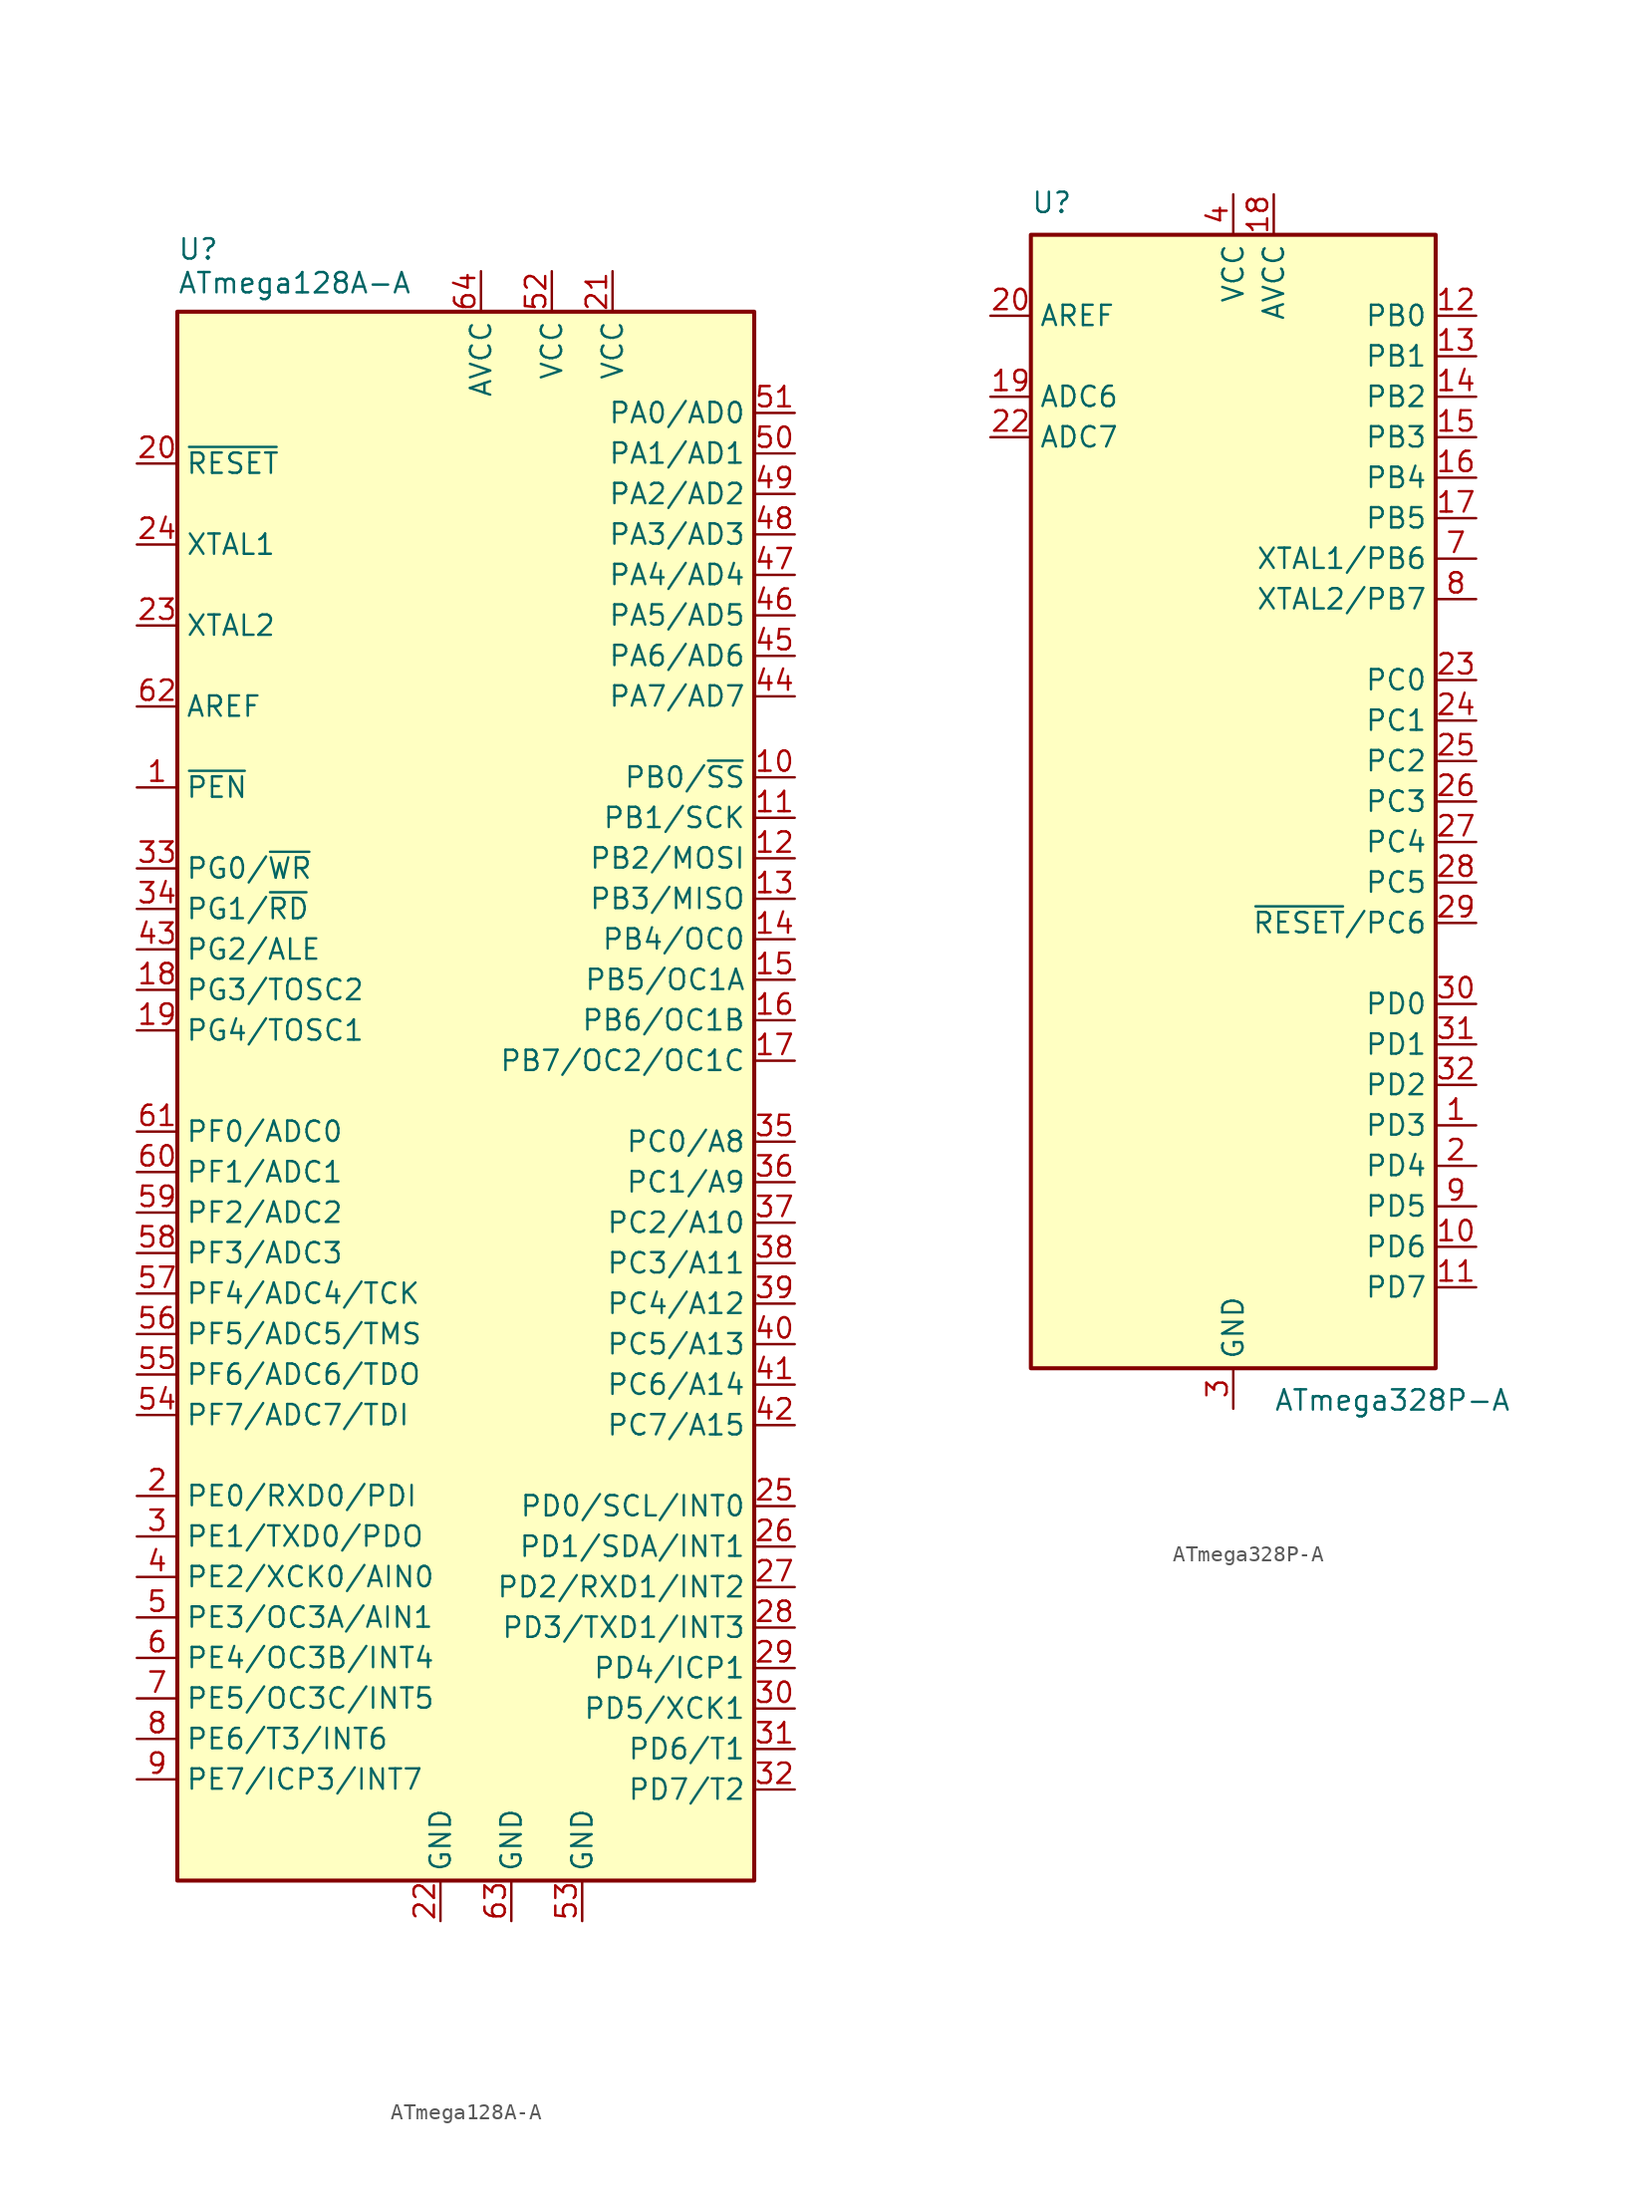
<source format=kicad_sym>
(kicad_symbol_lib
  (version 20220914)
  (generator kicad_symbol_editor)
  (symbol "ATmega128A-A"
    (property "Reference" "U"
      (at -18.415 52.705 0)
      (effects (font (size 1.27 1.27)) (justify left bottom)))
    (property "Value" "ATmega128A-A"
      (at -18.415 52.07 0)
      (effects (font (size 1.27 1.27)) (justify left top)))
    (symbol "ATmega128A-A_0_1"
      (rectangle (start -18.415 49.53) (end 17.78 -48.895) (stroke (width 0.254) (type default)) (fill (type background))))
    (symbol "ATmega128A-A_1_1"
      (pin input line (at -20.955 19.685 0) (length 2.54) (name "~{PEN}" (effects (font (size 1.27 1.27)))) (number "1" (effects (font (size 1.27 1.27)))))
      (pin bidirectional line (at 20.32 20.32 180) (length 2.54) (name "PB0/~{SS}" (effects (font (size 1.27 1.27)))) (number "10" (effects (font (size 1.27 1.27)))))
      (pin bidirectional line (at 20.32 17.78 180) (length 2.54) (name "PB1/SCK" (effects (font (size 1.27 1.27)))) (number "11" (effects (font (size 1.27 1.27)))))
      (pin bidirectional line (at 20.32 15.24 180) (length 2.54) (name "PB2/MOSI" (effects (font (size 1.27 1.27)))) (number "12" (effects (font (size 1.27 1.27)))))
      (pin bidirectional line (at 20.32 12.7 180) (length 2.54) (name "PB3/MISO" (effects (font (size 1.27 1.27)))) (number "13" (effects (font (size 1.27 1.27)))))
      (pin bidirectional line (at 20.32 10.16 180) (length 2.54) (name "PB4/OC0" (effects (font (size 1.27 1.27)))) (number "14" (effects (font (size 1.27 1.27)))))
      (pin bidirectional line (at 20.32 7.62 180) (length 2.54) (name "PB5/OC1A" (effects (font (size 1.27 1.27)))) (number "15" (effects (font (size 1.27 1.27)))))
      (pin bidirectional line (at 20.32 5.08 180) (length 2.54) (name "PB6/OC1B" (effects (font (size 1.27 1.27)))) (number "16" (effects (font (size 1.27 1.27)))))
      (pin bidirectional line (at 20.32 2.54 180) (length 2.54) (name "PB7/OC2/OC1C" (effects (font (size 1.27 1.27)))) (number "17" (effects (font (size 1.27 1.27)))))
      (pin bidirectional line (at -20.955 6.985 0) (length 2.54) (name "PG3/TOSC2" (effects (font (size 1.27 1.27)))) (number "18" (effects (font (size 1.27 1.27)))))
      (pin bidirectional line (at -20.955 4.445 0) (length 2.54) (name "PG4/TOSC1" (effects (font (size 1.27 1.27)))) (number "19" (effects (font (size 1.27 1.27)))))
      (pin bidirectional line (at -20.955 -24.765 0) (length 2.54) (name "PE0/RXD0/PDI" (effects (font (size 1.27 1.27)))) (number "2" (effects (font (size 1.27 1.27)))))
      (pin input line (at -20.955 40.005 0) (length 2.54) (name "~{RESET}" (effects (font (size 1.27 1.27)))) (number "20" (effects (font (size 1.27 1.27)))))
      (pin power_in line (at 8.89 52.07 270) (length 2.54) (name "VCC" (effects (font (size 1.27 1.27)))) (number "21" (effects (font (size 1.27 1.27)))))
      (pin power_in line (at -1.905 -51.435 90) (length 2.54) (name "GND" (effects (font (size 1.27 1.27)))) (number "22" (effects (font (size 1.27 1.27)))))
      (pin output line (at -20.955 29.845 0) (length 2.54) (name "XTAL2" (effects (font (size 1.27 1.27)))) (number "23" (effects (font (size 1.27 1.27)))))
      (pin input line (at -20.955 34.925 0) (length 2.54) (name "XTAL1" (effects (font (size 1.27 1.27)))) (number "24" (effects (font (size 1.27 1.27)))))
      (pin bidirectional line (at 20.32 -25.4 180) (length 2.54) (name "PD0/SCL/INT0" (effects (font (size 1.27 1.27)))) (number "25" (effects (font (size 1.27 1.27)))))
      (pin bidirectional line (at 20.32 -27.94 180) (length 2.54) (name "PD1/SDA/INT1" (effects (font (size 1.27 1.27)))) (number "26" (effects (font (size 1.27 1.27)))))
      (pin bidirectional line (at 20.32 -30.48 180) (length 2.54) (name "PD2/RXD1/INT2" (effects (font (size 1.27 1.27)))) (number "27" (effects (font (size 1.27 1.27)))))
      (pin bidirectional line (at 20.32 -33.02 180) (length 2.54) (name "PD3/TXD1/INT3" (effects (font (size 1.27 1.27)))) (number "28" (effects (font (size 1.27 1.27)))))
      (pin bidirectional line (at 20.32 -35.56 180) (length 2.54) (name "PD4/ICP1" (effects (font (size 1.27 1.27)))) (number "29" (effects (font (size 1.27 1.27)))))
      (pin bidirectional line (at -20.955 -27.305 0) (length 2.54) (name "PE1/TXD0/PDO" (effects (font (size 1.27 1.27)))) (number "3" (effects (font (size 1.27 1.27)))))
      (pin bidirectional line (at 20.32 -38.1 180) (length 2.54) (name "PD5/XCK1" (effects (font (size 1.27 1.27)))) (number "30" (effects (font (size 1.27 1.27)))))
      (pin bidirectional line (at 20.32 -40.64 180) (length 2.54) (name "PD6/T1" (effects (font (size 1.27 1.27)))) (number "31" (effects (font (size 1.27 1.27)))))
      (pin bidirectional line (at 20.32 -43.18 180) (length 2.54) (name "PD7/T2" (effects (font (size 1.27 1.27)))) (number "32" (effects (font (size 1.27 1.27)))))
      (pin bidirectional line (at -20.955 14.605 0) (length 2.54) (name "PG0/~{WR}" (effects (font (size 1.27 1.27)))) (number "33" (effects (font (size 1.27 1.27)))))
      (pin bidirectional line (at -20.955 12.065 0) (length 2.54) (name "PG1/~{RD}" (effects (font (size 1.27 1.27)))) (number "34" (effects (font (size 1.27 1.27)))))
      (pin bidirectional line (at 20.32 -2.54 180) (length 2.54) (name "PC0/A8" (effects (font (size 1.27 1.27)))) (number "35" (effects (font (size 1.27 1.27)))))
      (pin bidirectional line (at 20.32 -5.08 180) (length 2.54) (name "PC1/A9" (effects (font (size 1.27 1.27)))) (number "36" (effects (font (size 1.27 1.27)))))
      (pin bidirectional line (at 20.32 -7.62 180) (length 2.54) (name "PC2/A10" (effects (font (size 1.27 1.27)))) (number "37" (effects (font (size 1.27 1.27)))))
      (pin bidirectional line (at 20.32 -10.16 180) (length 2.54) (name "PC3/A11" (effects (font (size 1.27 1.27)))) (number "38" (effects (font (size 1.27 1.27)))))
      (pin bidirectional line (at 20.32 -12.7 180) (length 2.54) (name "PC4/A12" (effects (font (size 1.27 1.27)))) (number "39" (effects (font (size 1.27 1.27)))))
      (pin bidirectional line (at -20.955 -29.845 0) (length 2.54) (name "PE2/XCK0/AIN0" (effects (font (size 1.27 1.27)))) (number "4" (effects (font (size 1.27 1.27)))))
      (pin bidirectional line (at 20.32 -15.24 180) (length 2.54) (name "PC5/A13" (effects (font (size 1.27 1.27)))) (number "40" (effects (font (size 1.27 1.27)))))
      (pin bidirectional line (at 20.32 -17.78 180) (length 2.54) (name "PC6/A14" (effects (font (size 1.27 1.27)))) (number "41" (effects (font (size 1.27 1.27)))))
      (pin bidirectional line (at 20.32 -20.32 180) (length 2.54) (name "PC7/A15" (effects (font (size 1.27 1.27)))) (number "42" (effects (font (size 1.27 1.27)))))
      (pin bidirectional line (at -20.955 9.525 0) (length 2.54) (name "PG2/ALE" (effects (font (size 1.27 1.27)))) (number "43" (effects (font (size 1.27 1.27)))))
      (pin bidirectional line (at 20.32 25.4 180) (length 2.54) (name "PA7/AD7" (effects (font (size 1.27 1.27)))) (number "44" (effects (font (size 1.27 1.27)))))
      (pin bidirectional line (at 20.32 27.94 180) (length 2.54) (name "PA6/AD6" (effects (font (size 1.27 1.27)))) (number "45" (effects (font (size 1.27 1.27)))))
      (pin bidirectional line (at 20.32 30.48 180) (length 2.54) (name "PA5/AD5" (effects (font (size 1.27 1.27)))) (number "46" (effects (font (size 1.27 1.27)))))
      (pin bidirectional line (at 20.32 33.02 180) (length 2.54) (name "PA4/AD4" (effects (font (size 1.27 1.27)))) (number "47" (effects (font (size 1.27 1.27)))))
      (pin bidirectional line (at 20.32 35.56 180) (length 2.54) (name "PA3/AD3" (effects (font (size 1.27 1.27)))) (number "48" (effects (font (size 1.27 1.27)))))
      (pin bidirectional line (at 20.32 38.1 180) (length 2.54) (name "PA2/AD2" (effects (font (size 1.27 1.27)))) (number "49" (effects (font (size 1.27 1.27)))))
      (pin bidirectional line (at -20.955 -32.385 0) (length 2.54) (name "PE3/OC3A/AIN1" (effects (font (size 1.27 1.27)))) (number "5" (effects (font (size 1.27 1.27)))))
      (pin bidirectional line (at 20.32 40.64 180) (length 2.54) (name "PA1/AD1" (effects (font (size 1.27 1.27)))) (number "50" (effects (font (size 1.27 1.27)))))
      (pin bidirectional line (at 20.32 43.18 180) (length 2.54) (name "PA0/AD0" (effects (font (size 1.27 1.27)))) (number "51" (effects (font (size 1.27 1.27)))))
      (pin power_in line (at 5.08 52.07 270) (length 2.54) (name "VCC" (effects (font (size 1.27 1.27)))) (number "52" (effects (font (size 1.27 1.27)))))
      (pin power_in line (at 6.985 -51.435 90) (length 2.54) (name "GND" (effects (font (size 1.27 1.27)))) (number "53" (effects (font (size 1.27 1.27)))))
      (pin bidirectional line (at -20.955 -19.685 0) (length 2.54) (name "PF7/ADC7/TDI" (effects (font (size 1.27 1.27)))) (number "54" (effects (font (size 1.27 1.27)))))
      (pin bidirectional line (at -20.955 -17.145 0) (length 2.54) (name "PF6/ADC6/TDO" (effects (font (size 1.27 1.27)))) (number "55" (effects (font (size 1.27 1.27)))))
      (pin bidirectional line (at -20.955 -14.605 0) (length 2.54) (name "PF5/ADC5/TMS" (effects (font (size 1.27 1.27)))) (number "56" (effects (font (size 1.27 1.27)))))
      (pin bidirectional line (at -20.955 -12.065 0) (length 2.54) (name "PF4/ADC4/TCK" (effects (font (size 1.27 1.27)))) (number "57" (effects (font (size 1.27 1.27)))))
      (pin bidirectional line (at -20.955 -9.525 0) (length 2.54) (name "PF3/ADC3" (effects (font (size 1.27 1.27)))) (number "58" (effects (font (size 1.27 1.27)))))
      (pin bidirectional line (at -20.955 -6.985 0) (length 2.54) (name "PF2/ADC2" (effects (font (size 1.27 1.27)))) (number "59" (effects (font (size 1.27 1.27)))))
      (pin bidirectional line (at -20.955 -34.925 0) (length 2.54) (name "PE4/OC3B/INT4" (effects (font (size 1.27 1.27)))) (number "6" (effects (font (size 1.27 1.27)))))
      (pin bidirectional line (at -20.955 -4.445 0) (length 2.54) (name "PF1/ADC1" (effects (font (size 1.27 1.27)))) (number "60" (effects (font (size 1.27 1.27)))))
      (pin bidirectional line (at -20.955 -1.905 0) (length 2.54) (name "PF0/ADC0" (effects (font (size 1.27 1.27)))) (number "61" (effects (font (size 1.27 1.27)))))
      (pin passive line (at -20.955 24.765 0) (length 2.54) (name "AREF" (effects (font (size 1.27 1.27)))) (number "62" (effects (font (size 1.27 1.27)))))
      (pin power_in line (at 2.54 -51.435 90) (length 2.54) (name "GND" (effects (font (size 1.27 1.27)))) (number "63" (effects (font (size 1.27 1.27)))))
      (pin power_in line (at 0.635 52.07 270) (length 2.54) (name "AVCC" (effects (font (size 1.27 1.27)))) (number "64" (effects (font (size 1.27 1.27)))))
      (pin bidirectional line (at -20.955 -37.465 0) (length 2.54) (name "PE5/OC3C/INT5" (effects (font (size 1.27 1.27)))) (number "7" (effects (font (size 1.27 1.27)))))
      (pin bidirectional line (at -20.955 -40.005 0) (length 2.54) (name "PE6/T3/INT6" (effects (font (size 1.27 1.27)))) (number "8" (effects (font (size 1.27 1.27)))))
      (pin bidirectional line (at -20.955 -42.545 0) (length 2.54) (name "PE7/ICP3/INT7" (effects (font (size 1.27 1.27)))) (number "9" (effects (font (size 1.27 1.27)))))))
  (symbol "ATmega328P-A"
    (property "Reference" "U"
      (at -12.7 36.83 0)
      (effects (font (size 1.27 1.27)) (justify left bottom)))
    (property "Value" "ATmega328P-A"
      (at 2.54 -36.83 0)
      (effects (font (size 1.27 1.27)) (justify left top)))
    (symbol "ATmega328P-A_0_1"
      (rectangle (start -12.7 35.56) (end 12.7 -35.56) (stroke (width 0.254) (type default)) (fill (type background))))
    (symbol "ATmega328P-A_1_1"
      (pin bidirectional line (at 15.24 -20.32 180) (length 2.54) (name "PD3" (effects (font (size 1.27 1.27)))) (number "1" (effects (font (size 1.27 1.27)))))
      (pin bidirectional line (at 15.24 -27.94 180) (length 2.54) (name "PD6" (effects (font (size 1.27 1.27)))) (number "10" (effects (font (size 1.27 1.27)))))
      (pin bidirectional line (at 15.24 -30.48 180) (length 2.54) (name "PD7" (effects (font (size 1.27 1.27)))) (number "11" (effects (font (size 1.27 1.27)))))
      (pin bidirectional line (at 15.24 30.48 180) (length 2.54) (name "PB0" (effects (font (size 1.27 1.27)))) (number "12" (effects (font (size 1.27 1.27)))))
      (pin bidirectional line (at 15.24 27.94 180) (length 2.54) (name "PB1" (effects (font (size 1.27 1.27)))) (number "13" (effects (font (size 1.27 1.27)))))
      (pin bidirectional line (at 15.24 25.4 180) (length 2.54) (name "PB2" (effects (font (size 1.27 1.27)))) (number "14" (effects (font (size 1.27 1.27)))))
      (pin bidirectional line (at 15.24 22.86 180) (length 2.54) (name "PB3" (effects (font (size 1.27 1.27)))) (number "15" (effects (font (size 1.27 1.27)))))
      (pin bidirectional line (at 15.24 20.32 180) (length 2.54) (name "PB4" (effects (font (size 1.27 1.27)))) (number "16" (effects (font (size 1.27 1.27)))))
      (pin bidirectional line (at 15.24 17.78 180) (length 2.54) (name "PB5" (effects (font (size 1.27 1.27)))) (number "17" (effects (font (size 1.27 1.27)))))
      (pin power_in line (at 2.54 38.1 270) (length 2.54) (name "AVCC" (effects (font (size 1.27 1.27)))) (number "18" (effects (font (size 1.27 1.27)))))
      (pin input line (at -15.24 25.4 0) (length 2.54) (name "ADC6" (effects (font (size 1.27 1.27)))) (number "19" (effects (font (size 1.27 1.27)))))
      (pin bidirectional line (at 15.24 -22.86 180) (length 2.54) (name "PD4" (effects (font (size 1.27 1.27)))) (number "2" (effects (font (size 1.27 1.27)))))
      (pin passive line (at -15.24 30.48 0) (length 2.54) (name "AREF" (effects (font (size 1.27 1.27)))) (number "20" (effects (font (size 1.27 1.27)))))
      (pin passive line (at 0 -38.1 90) (length 2.54) hide (name "GND" (effects (font (size 1.27 1.27)))) (number "21" (effects (font (size 1.27 1.27)))))
      (pin input line (at -15.24 22.86 0) (length 2.54) (name "ADC7" (effects (font (size 1.27 1.27)))) (number "22" (effects (font (size 1.27 1.27)))))
      (pin bidirectional line (at 15.24 7.62 180) (length 2.54) (name "PC0" (effects (font (size 1.27 1.27)))) (number "23" (effects (font (size 1.27 1.27)))))
      (pin bidirectional line (at 15.24 5.08 180) (length 2.54) (name "PC1" (effects (font (size 1.27 1.27)))) (number "24" (effects (font (size 1.27 1.27)))))
      (pin bidirectional line (at 15.24 2.54 180) (length 2.54) (name "PC2" (effects (font (size 1.27 1.27)))) (number "25" (effects (font (size 1.27 1.27)))))
      (pin bidirectional line (at 15.24 0 180) (length 2.54) (name "PC3" (effects (font (size 1.27 1.27)))) (number "26" (effects (font (size 1.27 1.27)))))
      (pin bidirectional line (at 15.24 -2.54 180) (length 2.54) (name "PC4" (effects (font (size 1.27 1.27)))) (number "27" (effects (font (size 1.27 1.27)))))
      (pin bidirectional line (at 15.24 -5.08 180) (length 2.54) (name "PC5" (effects (font (size 1.27 1.27)))) (number "28" (effects (font (size 1.27 1.27)))))
      (pin bidirectional line (at 15.24 -7.62 180) (length 2.54) (name "~{RESET}/PC6" (effects (font (size 1.27 1.27)))) (number "29" (effects (font (size 1.27 1.27)))))
      (pin power_in line (at 0 -38.1 90) (length 2.54) (name "GND" (effects (font (size 1.27 1.27)))) (number "3" (effects (font (size 1.27 1.27)))))
      (pin bidirectional line (at 15.24 -12.7 180) (length 2.54) (name "PD0" (effects (font (size 1.27 1.27)))) (number "30" (effects (font (size 1.27 1.27)))))
      (pin bidirectional line (at 15.24 -15.24 180) (length 2.54) (name "PD1" (effects (font (size 1.27 1.27)))) (number "31" (effects (font (size 1.27 1.27)))))
      (pin bidirectional line (at 15.24 -17.78 180) (length 2.54) (name "PD2" (effects (font (size 1.27 1.27)))) (number "32" (effects (font (size 1.27 1.27)))))
      (pin power_in line (at 0 38.1 270) (length 2.54) (name "VCC" (effects (font (size 1.27 1.27)))) (number "4" (effects (font (size 1.27 1.27)))))
      (pin passive line (at 0 -38.1 90) (length 2.54) hide (name "GND" (effects (font (size 1.27 1.27)))) (number "5" (effects (font (size 1.27 1.27)))))
      (pin passive line (at 0 38.1 270) (length 2.54) hide (name "VCC" (effects (font (size 1.27 1.27)))) (number "6" (effects (font (size 1.27 1.27)))))
      (pin bidirectional line (at 15.24 15.24 180) (length 2.54) (name "XTAL1/PB6" (effects (font (size 1.27 1.27)))) (number "7" (effects (font (size 1.27 1.27)))))
      (pin bidirectional line (at 15.24 12.7 180) (length 2.54) (name "XTAL2/PB7" (effects (font (size 1.27 1.27)))) (number "8" (effects (font (size 1.27 1.27)))))
      (pin bidirectional line (at 15.24 -25.4 180) (length 2.54) (name "PD5" (effects (font (size 1.27 1.27)))) (number "9" (effects (font (size 1.27 1.27))))))))
</source>
